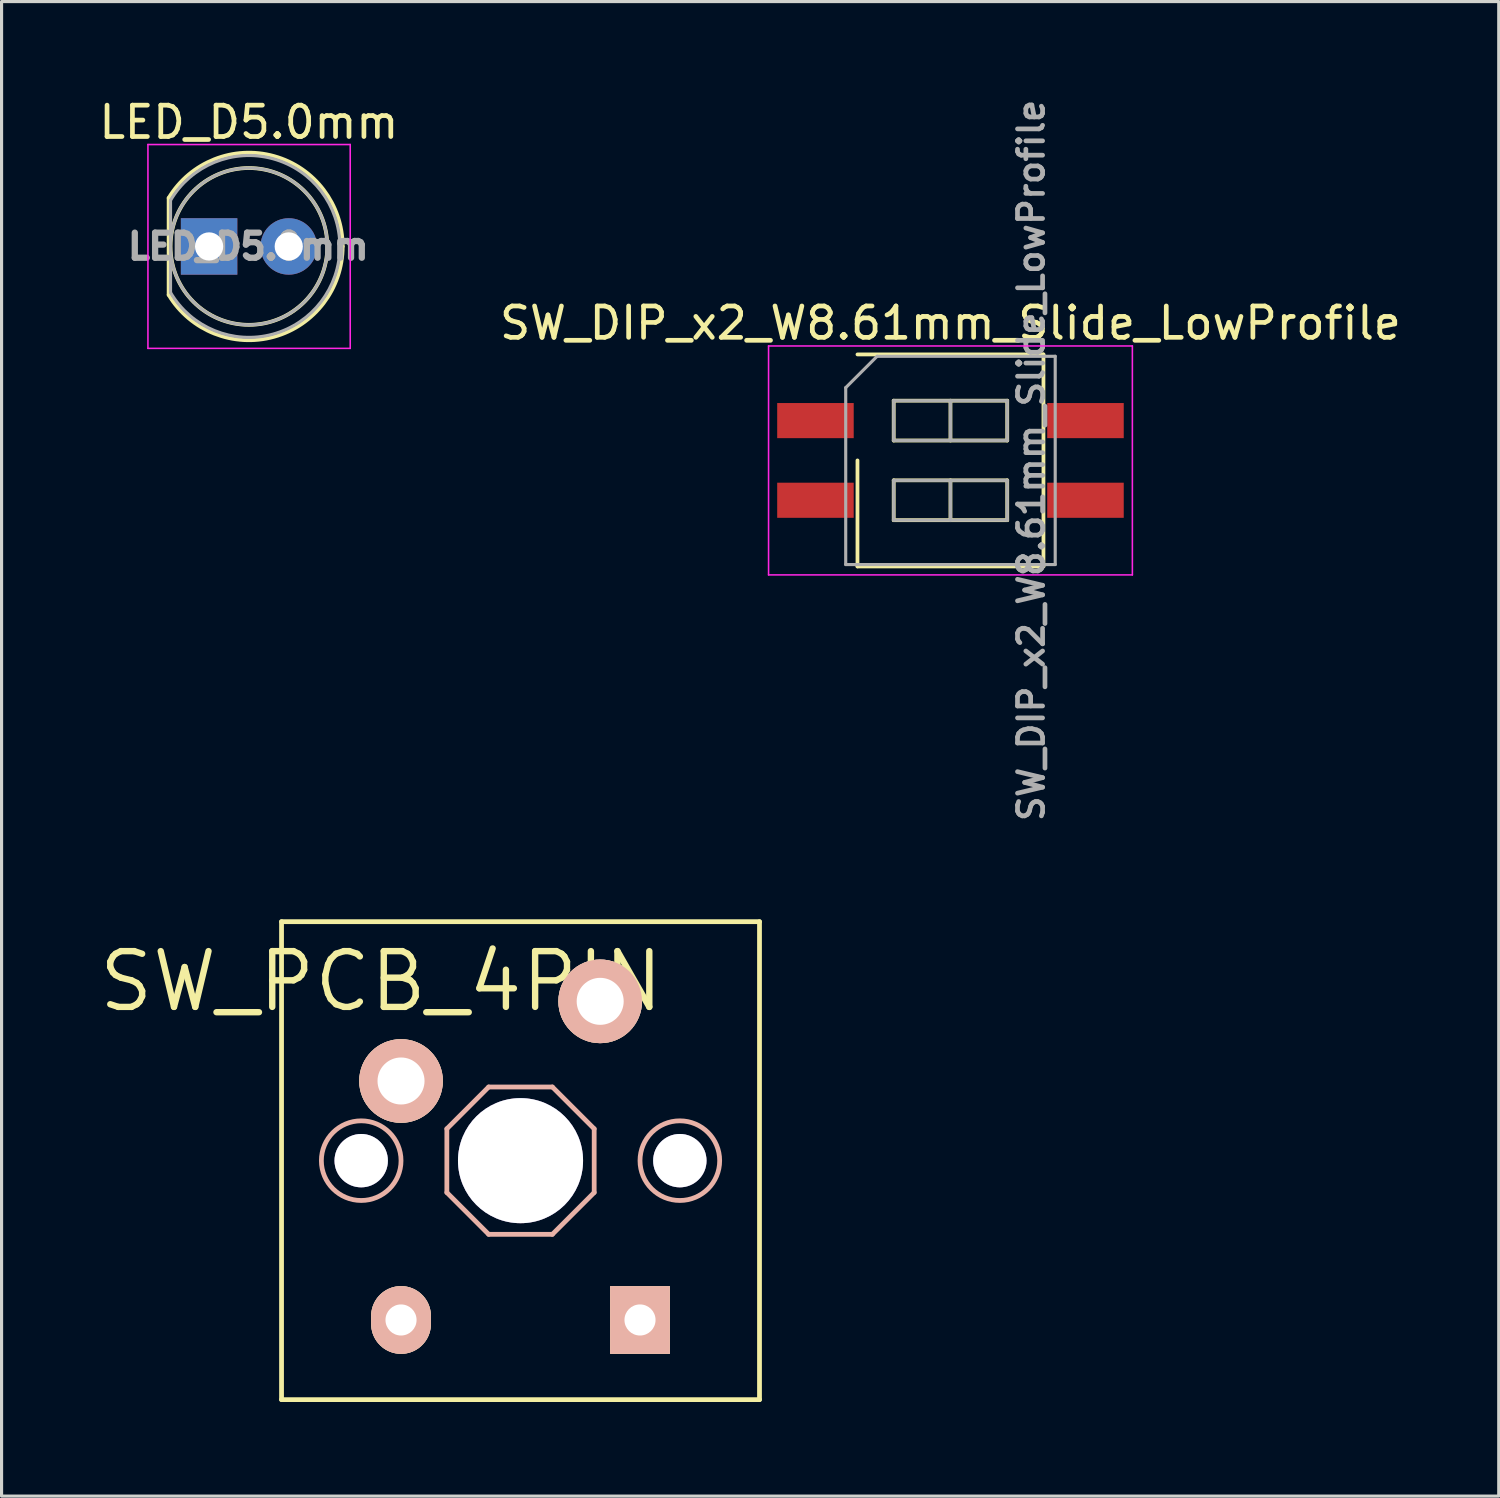
<source format=kicad_pcb>
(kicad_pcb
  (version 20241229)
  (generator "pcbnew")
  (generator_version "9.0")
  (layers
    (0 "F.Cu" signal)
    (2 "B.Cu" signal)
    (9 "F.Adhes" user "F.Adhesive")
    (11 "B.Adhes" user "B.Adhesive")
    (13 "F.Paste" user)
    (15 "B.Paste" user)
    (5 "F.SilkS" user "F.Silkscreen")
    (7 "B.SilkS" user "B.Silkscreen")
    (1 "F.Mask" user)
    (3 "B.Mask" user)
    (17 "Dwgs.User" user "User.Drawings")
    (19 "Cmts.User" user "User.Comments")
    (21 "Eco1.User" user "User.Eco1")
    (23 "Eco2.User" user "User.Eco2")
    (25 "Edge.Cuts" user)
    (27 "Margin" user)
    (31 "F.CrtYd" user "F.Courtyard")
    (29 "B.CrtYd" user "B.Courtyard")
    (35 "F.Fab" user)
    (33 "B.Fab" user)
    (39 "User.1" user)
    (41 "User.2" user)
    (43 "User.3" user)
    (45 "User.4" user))
  (footprint "SW_PCB_4PIN"
    (layer "F.Cu")
    (at 13.547 33.958)
    (property "Reference" "SW_PCB_4PIN" (at -4.445 -5.715 0) (layer "F.SilkS") (effects (font (size 1.778 1.778) (thickness 0.203))))
    (attr through_hole)
    (fp_line (start -7.62 -7.62) (end 7.62 -7.62) (stroke (width 0.152) (type solid)) (layer "F.SilkS"))
    (fp_line (start -7.62 7.62) (end -7.62 -7.62) (stroke (width 0.152) (type solid)) (layer "F.SilkS"))
    (fp_line (start 7.62 -7.62) (end 7.62 7.62) (stroke (width 0.152) (type solid)) (layer "F.SilkS"))
    (fp_line (start 7.62 7.62) (end -7.62 7.62) (stroke (width 0.152) (type solid)) (layer "F.SilkS"))
    (fp_line (start -2.349 -1.016) (end -1.016 -2.349) (stroke (width 0.152) (type solid)) (layer "B.SilkS"))
    (fp_line (start -2.349 1.016) (end -2.349 -1.016) (stroke (width 0.152) (type solid)) (layer "B.SilkS"))
    (fp_line (start -1.016 -2.349) (end 1.016 -2.349) (stroke (width 0.152) (type solid)) (layer "B.SilkS"))
    (fp_line (start -1.016 2.349) (end -2.349 1.016) (stroke (width 0.152) (type solid)) (layer "B.SilkS"))
    (fp_line (start 1.016 -2.349) (end 2.349 -1.016) (stroke (width 0.152) (type solid)) (layer "B.SilkS"))
    (fp_line (start 1.016 2.349) (end -1.016 2.349) (stroke (width 0.152) (type solid)) (layer "B.SilkS"))
    (fp_line (start 2.349 -1.016) (end 2.349 1.016) (stroke (width 0.152) (type solid)) (layer "B.SilkS"))
    (fp_line (start 2.349 1.016) (end 1.016 2.349) (stroke (width 0.152) (type solid)) (layer "B.SilkS"))
    (fp_circle (center -5.08 0) (end -3.81 0) (stroke (width 0.152) (type solid)) (fill no) (layer "B.SilkS"))
    (fp_circle (center 5.08 0) (end 6.35 0) (stroke (width 0.152) (type solid)) (fill no) (layer "B.SilkS"))
    (pad "1" thru_hole circle (at 2.54 -5.08) (size 2.667 2.667) (drill 1.499) (layers "*.Cu" "*.SilkS" "*.Mask"))
    (pad "2" thru_hole circle (at -3.81 -2.54) (size 2.667 2.667) (drill 1.499) (layers "*.Cu" "*.SilkS" "*.Mask"))
    (pad "3" thru_hole oval (at -3.81 5.08) (size 1.905 2.159) (drill 0.991) (layers "*.Cu" "*.SilkS" "*.Mask"))
    (pad "4" thru_hole rect (at 3.81 5.08) (size 1.905 2.159) (drill 0.991) (layers "*.Cu" "*.SilkS" "*.Mask"))
    (pad "HOLE" thru_hole circle (at -5.08 0) (size 1.702 1.702) (drill 1.702) (layers "*.Cu"))
    (pad "HOLE" thru_hole circle (at 0 0) (size 3.988 3.988) (drill 3.988) (layers "*.Cu"))
    (pad "HOLE" thru_hole circle (at 5.08 0) (size 1.702 1.702) (drill 1.702) (layers "*.Cu")))
  (footprint "SW_DIP_x2_W8.61mm_Slide_LowProfile"
    (layer "F.Cu")
    (at 27.256 11.631)
    (property "Reference" "SW_DIP_x2_W8.61mm_Slide_LowProfile" (at 0 -4.38 0) (layer "F.SilkS") (effects (font (size 1 1) (thickness 0.15))))
    (attr smd)
    (fp_line (start -2.965 -3.38) (end 2.965 -3.38) (stroke (width 0.12) (type solid)) (layer "F.SilkS"))
    (fp_line (start -2.965 3.38) (end -2.965 0) (stroke (width 0.12) (type solid)) (layer "F.SilkS"))
    (fp_line (start -1.81 -1.905) (end -1.81 -0.635) (stroke (width 0.12) (type solid)) (layer "F.SilkS"))
    (fp_line (start -1.81 -0.635) (end 1.81 -0.635) (stroke (width 0.12) (type solid)) (layer "F.SilkS"))
    (fp_line (start -1.81 0.635) (end -1.81 1.905) (stroke (width 0.12) (type solid)) (layer "F.SilkS"))
    (fp_line (start -1.81 1.905) (end 1.81 1.905) (stroke (width 0.12) (type solid)) (layer "F.SilkS"))
    (fp_line (start 0 -1.905) (end 0 -0.635) (stroke (width 0.12) (type solid)) (layer "F.SilkS"))
    (fp_line (start 0 0.635) (end 0 1.905) (stroke (width 0.12) (type solid)) (layer "F.SilkS"))
    (fp_line (start 1.81 -1.905) (end -1.81 -1.905) (stroke (width 0.12) (type solid)) (layer "F.SilkS"))
    (fp_line (start 1.81 -0.635) (end 1.81 -1.905) (stroke (width 0.12) (type solid)) (layer "F.SilkS"))
    (fp_line (start 1.81 0.635) (end -1.81 0.635) (stroke (width 0.12) (type solid)) (layer "F.SilkS"))
    (fp_line (start 1.81 1.905) (end 1.81 0.635) (stroke (width 0.12) (type solid)) (layer "F.SilkS"))
    (fp_line (start 2.965 -3.38) (end 2.965 3.38) (stroke (width 0.12) (type solid)) (layer "F.SilkS"))
    (fp_line (start 2.965 3.38) (end -2.965 3.38) (stroke (width 0.12) (type solid)) (layer "F.SilkS"))
    (fp_line (start -5.8 -3.65) (end -5.8 3.65) (stroke (width 0.05) (type solid)) (layer "F.CrtYd"))
    (fp_line (start -5.8 3.65) (end 5.8 3.65) (stroke (width 0.05) (type solid)) (layer "F.CrtYd"))
    (fp_line (start 5.8 -3.65) (end -5.8 -3.65) (stroke (width 0.05) (type solid)) (layer "F.CrtYd"))
    (fp_line (start 5.8 3.65) (end 5.8 -3.65) (stroke (width 0.05) (type solid)) (layer "F.CrtYd"))
    (fp_line (start -3.34 -2.32) (end -2.34 -3.32) (stroke (width 0.1) (type solid)) (layer "F.Fab"))
    (fp_line (start -3.34 3.32) (end -3.34 -2.32) (stroke (width 0.1) (type solid)) (layer "F.Fab"))
    (fp_line (start -2.34 -3.32) (end 3.34 -3.32) (stroke (width 0.1) (type solid)) (layer "F.Fab"))
    (fp_line (start -1.81 -1.905) (end -1.81 -0.635) (stroke (width 0.1) (type solid)) (layer "F.Fab"))
    (fp_line (start -1.81 -0.635) (end 1.81 -0.635) (stroke (width 0.1) (type solid)) (layer "F.Fab"))
    (fp_line (start -1.81 0.635) (end -1.81 1.905) (stroke (width 0.1) (type solid)) (layer "F.Fab"))
    (fp_line (start -1.81 1.905) (end 1.81 1.905) (stroke (width 0.1) (type solid)) (layer "F.Fab"))
    (fp_line (start 0 -1.905) (end 0 -0.635) (stroke (width 0.1) (type solid)) (layer "F.Fab"))
    (fp_line (start 0 0.635) (end 0 1.905) (stroke (width 0.1) (type solid)) (layer "F.Fab"))
    (fp_line (start 1.81 -1.905) (end -1.81 -1.905) (stroke (width 0.1) (type solid)) (layer "F.Fab"))
    (fp_line (start 1.81 -0.635) (end 1.81 -1.905) (stroke (width 0.1) (type solid)) (layer "F.Fab"))
    (fp_line (start 1.81 0.635) (end -1.81 0.635) (stroke (width 0.1) (type solid)) (layer "F.Fab"))
    (fp_line (start 1.81 1.905) (end 1.81 0.635) (stroke (width 0.1) (type solid)) (layer "F.Fab"))
    (fp_line (start 3.34 -3.32) (end 3.34 3.32) (stroke (width 0.1) (type solid)) (layer "F.Fab"))
    (fp_line (start 3.34 3.32) (end -3.34 3.32) (stroke (width 0.1) (type solid)) (layer "F.Fab"))
    (fp_text user "${REFERENCE}" (at 2.575 0 90) (layer "F.Fab") (effects (font (size 0.8 0.8) (thickness 0.15))))
    (pad "1" smd rect (at -4.305 -1.27) (size 2.44 1.12) (layers "F.Cu" "F.Mask" "F.Paste"))
    (pad "2" smd rect (at -4.305 1.27) (size 2.44 1.12) (layers "F.Cu" "F.Mask" "F.Paste"))
    (pad "3" smd rect (at 4.305 1.27) (size 2.44 1.12) (layers "F.Cu" "F.Mask" "F.Paste"))
    (pad "4" smd rect (at 4.305 -1.27) (size 2.44 1.12) (layers "F.Cu" "F.Mask" "F.Paste")))
  (footprint "LED_D5.0mm"
    (layer "F.Cu")
    (at 3.617 4.808)
    (property "Reference" "LED_D5.0mm" (at 1.27 -3.96 0) (layer "F.SilkS") (effects (font (size 1 1) (thickness 0.15))))
    (attr through_hole)
    (fp_line (start -1.29 -1.545) (end -1.29 1.545) (stroke (width 0.12) (type solid)) (layer "F.SilkS"))
    (fp_arc (start -1.29 -1.54483) (mid 2.072002 -2.880433) (end 4.26 0.000462) (stroke (width 0.12) (type solid)) (layer "F.SilkS"))
    (fp_arc (start 4.26 -0.000462) (mid 2.072002 2.880433) (end -1.29 1.54483) (stroke (width 0.12) (type solid)) (layer "F.SilkS"))
    (fp_circle (center 1.27 0) (end 3.77 0) (stroke (width 0.12) (type solid)) (fill no) (layer "F.SilkS"))
    (fp_line (start -1.95 -3.25) (end -1.95 3.25) (stroke (width 0.05) (type solid)) (layer "F.CrtYd"))
    (fp_line (start -1.95 3.25) (end 4.5 3.25) (stroke (width 0.05) (type solid)) (layer "F.CrtYd"))
    (fp_line (start 4.5 -3.25) (end -1.95 -3.25) (stroke (width 0.05) (type solid)) (layer "F.CrtYd"))
    (fp_line (start 4.5 3.25) (end 4.5 -3.25) (stroke (width 0.05) (type solid)) (layer "F.CrtYd"))
    (fp_line (start -1.23 -1.47) (end -1.23 1.47) (stroke (width 0.1) (type solid)) (layer "F.Fab"))
    (fp_arc (start -1.23 -1.469694) (mid 4.17 0.000016) (end -1.230016 1.469666) (stroke (width 0.1) (type solid)) (layer "F.Fab"))
    (fp_circle (center 1.27 0) (end 3.77 0) (stroke (width 0.1) (type solid)) (fill no) (layer "F.Fab"))
    (fp_text user "${REFERENCE}" (at 1.25 0 0) (layer "F.Fab") (effects (font (size 0.8 0.8) (thickness 0.2))))
    (pad "1" thru_hole rect (at 0 0) (size 1.8 1.8) (drill 0.9) (layers "*.Cu" "*.Mask"))
    (pad "2" thru_hole circle (at 2.54 0) (size 1.8 1.8) (drill 0.9) (layers "*.Cu" "*.Mask")))
  (gr_rect
    (start -3 -3)
    (end 44.738 44.654)
    (stroke (width 0.1) (type default))
    (fill no)
    (layer "Edge.Cuts")))
</source>
